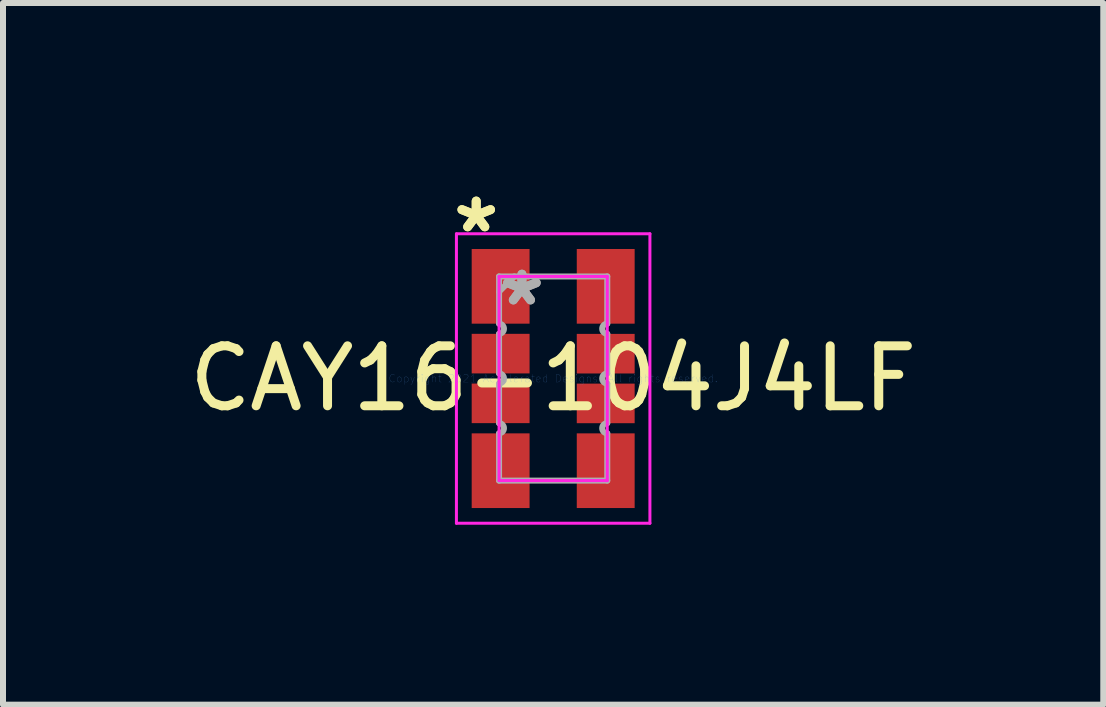
<source format=kicad_pcb>
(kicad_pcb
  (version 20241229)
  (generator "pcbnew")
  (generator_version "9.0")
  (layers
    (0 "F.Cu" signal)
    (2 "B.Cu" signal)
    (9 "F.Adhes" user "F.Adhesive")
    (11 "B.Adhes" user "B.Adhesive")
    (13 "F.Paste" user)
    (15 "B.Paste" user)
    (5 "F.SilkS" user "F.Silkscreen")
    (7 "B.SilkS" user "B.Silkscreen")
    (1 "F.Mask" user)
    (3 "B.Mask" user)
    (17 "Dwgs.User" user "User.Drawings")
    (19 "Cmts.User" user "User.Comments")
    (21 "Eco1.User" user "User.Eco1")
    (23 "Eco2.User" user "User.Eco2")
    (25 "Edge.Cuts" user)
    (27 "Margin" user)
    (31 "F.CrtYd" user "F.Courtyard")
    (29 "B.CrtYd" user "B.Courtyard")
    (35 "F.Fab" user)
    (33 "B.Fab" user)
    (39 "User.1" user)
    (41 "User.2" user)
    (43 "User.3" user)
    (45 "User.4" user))
  (footprint "CAY16-104J4LF"
    (layer "F.Cu")
    (at 6.173 3.261)
    (property "Reference" "CAY16-104J4LF" (at 0 0 0) (layer "F.SilkS") (effects (font (size 1 1) (thickness 0.15))))
    (attr through_hole)
    (fp_line (start -1.613 -2.413) (end 1.613 -2.413) (stroke (width 0.05) (type solid)) (layer "F.CrtYd"))
    (fp_line (start -1.613 2.413) (end -1.613 -2.413) (stroke (width 0.05) (type solid)) (layer "F.CrtYd"))
    (fp_line (start -0.902 -1.702) (end 0.902 -1.702) (stroke (width 0.05) (type solid)) (layer "F.CrtYd"))
    (fp_line (start -0.902 1.702) (end -0.902 -1.702) (stroke (width 0.05) (type solid)) (layer "F.CrtYd"))
    (fp_line (start 0.902 -1.702) (end 0.902 1.702) (stroke (width 0.05) (type solid)) (layer "F.CrtYd"))
    (fp_line (start 0.902 1.702) (end -0.902 1.702) (stroke (width 0.05) (type solid)) (layer "F.CrtYd"))
    (fp_line (start 1.613 -2.413) (end 1.613 2.413) (stroke (width 0.05) (type solid)) (layer "F.CrtYd"))
    (fp_line (start 1.613 2.413) (end -1.613 2.413) (stroke (width 0.05) (type solid)) (layer "F.CrtYd"))
    (fp_line (start -0.902 -1.702) (end 0.902 -1.702) (stroke (width 0.1) (type solid)) (layer "F.Fab"))
    (fp_line (start -0.902 -0.914) (end -0.902 -1.702) (stroke (width 0.1) (type solid)) (layer "F.Fab"))
    (fp_line (start -0.902 -0.745) (end -0.902 -0.085) (stroke (width 0.1) (type solid)) (layer "F.Fab"))
    (fp_line (start -0.902 0.084) (end -0.902 0.744) (stroke (width 0.1) (type solid)) (layer "F.Fab"))
    (fp_line (start -0.902 0.914) (end -0.902 1.702) (stroke (width 0.1) (type solid)) (layer "F.Fab"))
    (fp_line (start -0.902 1.702) (end 0.902 1.702) (stroke (width 0.1) (type solid)) (layer "F.Fab"))
    (fp_line (start -0.648 -1.702) (end -0.902 -1.448) (stroke (width 0.1) (type solid)) (layer "F.Fab"))
    (fp_line (start 0.902 -0.914) (end 0.902 -1.702) (stroke (width 0.1) (type solid)) (layer "F.Fab"))
    (fp_line (start 0.902 -0.745) (end 0.902 -0.085) (stroke (width 0.1) (type solid)) (layer "F.Fab"))
    (fp_line (start 0.902 0.084) (end 0.902 0.744) (stroke (width 0.1) (type solid)) (layer "F.Fab"))
    (fp_line (start 0.902 0.914) (end 0.902 1.702) (stroke (width 0.1) (type solid)) (layer "F.Fab"))
    (fp_arc (start -0.9017 -0.9144) (mid -0.817245 -0.829945) (end -0.9017 -0.74549) (stroke (width 0.1) (type solid)) (layer "F.Fab"))
    (fp_arc (start -0.9017 -0.08509) (mid -0.817245 -0.000635) (end -0.9017 0.08382) (stroke (width 0.1) (type solid)) (layer "F.Fab"))
    (fp_arc (start -0.9017 0.74422) (mid -0.817245 0.828675) (end -0.9017 0.91313) (stroke (width 0.1) (type solid)) (layer "F.Fab"))
    (fp_arc (start 0.9017 -0.74549) (mid 0.817245 -0.829945) (end 0.9017 -0.9144) (stroke (width 0.1) (type solid)) (layer "F.Fab"))
    (fp_arc (start 0.9017 0.08382) (mid 0.817245 -0.000635) (end 0.9017 -0.08509) (stroke (width 0.1) (type solid)) (layer "F.Fab"))
    (fp_arc (start 0.9017 0.91313) (mid 0.817245 0.828675) (end 0.9017 0.74422) (stroke (width 0.1) (type solid)) (layer "F.Fab"))
    (fp_text user "*" (at -1.283 -2.413 0) (layer "F.SilkS") (effects (font (size 1 1) (thickness 0.15))))
    (fp_text user "*" (at -1.283 -2.413 0) (layer "F.SilkS") (effects (font (size 1 1) (thickness 0.15))))
    (fp_text user "Copyright 2021 Accelerated Designs. All rights reserved." (at 0 0 0) (layer "Cmts.User") (effects (font (size 0.127 0.127) (thickness 0.002))))
    (fp_text user "*" (at -0.521 -1.194 0) (layer "F.Fab") (effects (font (size 1 1) (thickness 0.15))))
    (fp_text user "*" (at -0.521 -1.194 0) (layer "F.Fab") (effects (font (size 1 1) (thickness 0.15))))
    (pad "1" smd rect (at -0.876 -1.537) (size 0.965 1.245) (layers "F.Cu" "F.Mask" "F.Paste"))
    (pad "2" smd rect (at -0.876 -0.415) (size 0.965 0.66) (layers "F.Cu" "F.Mask" "F.Paste"))
    (pad "3" smd rect (at -0.876 0.414) (size 0.965 0.66) (layers "F.Cu" "F.Mask" "F.Paste"))
    (pad "4" smd rect (at -0.876 1.537) (size 0.965 1.245) (layers "F.Cu" "F.Mask" "F.Paste"))
    (pad "5" smd rect (at 0.876 1.537) (size 0.965 1.245) (layers "F.Cu" "F.Mask" "F.Paste"))
    (pad "6" smd rect (at 0.876 0.415) (size 0.965 0.66) (layers "F.Cu" "F.Mask" "F.Paste"))
    (pad "7" smd rect (at 0.876 -0.414) (size 0.965 0.66) (layers "F.Cu" "F.Mask" "F.Paste"))
    (pad "8" smd rect (at 0.876 -1.537) (size 0.965 1.245) (layers "F.Cu" "F.Mask" "F.Paste")))
  (gr_rect
    (start -3 -3)
    (end 15.345 8.699)
    (stroke (width 0.1) (type default))
    (fill no)
    (layer "Edge.Cuts")))
</source>
